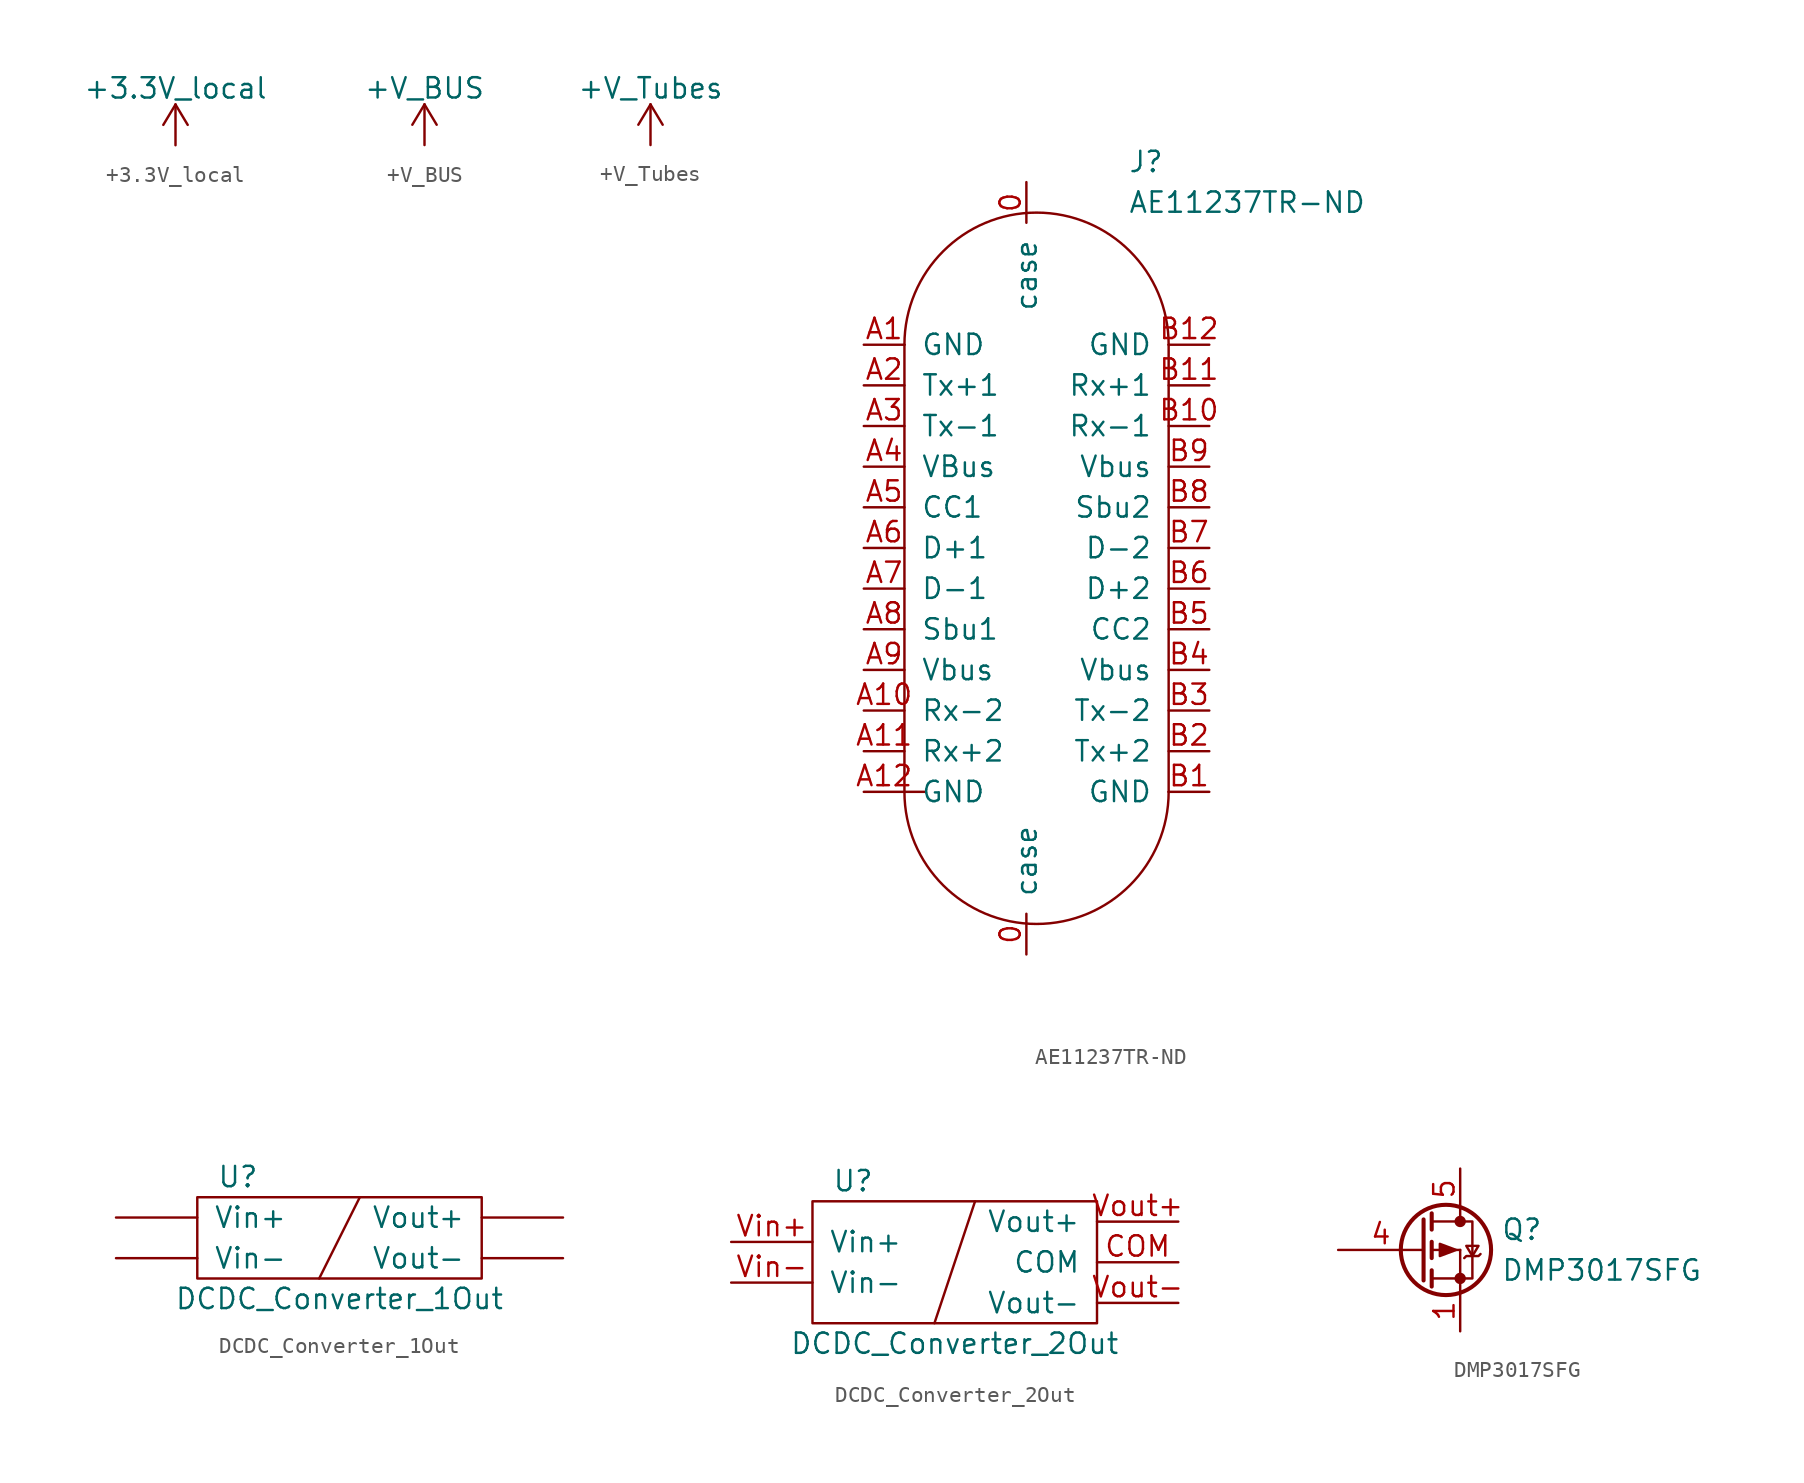
<source format=kicad_sym>
(kicad_symbol_lib
  (version 20231120)
  (generator "kicad_symbol_editor")
  (generator_version "8.0")
  (symbol "+3.3V_local"
    (power)
    (pin_names
      (offset 0))
    (property "Reference" "#PWR"
      (at 0 -3.81 0)
      (effects (font (size 1.27 1.27)) (hide yes)))
    (property "Value" "+3.3V_local"
      (at 0 3.556 0)
      (effects (font (size 1.27 1.27))))
    (symbol "+3.3V_local_0_1"
      (polyline (pts (xy -0.762 1.27) (xy 0 2.54)) (stroke (width 0) (type solid)) (fill (type none)))
      (polyline (pts (xy 0 0) (xy 0 2.54)) (stroke (width 0) (type solid)) (fill (type none)))
      (polyline (pts (xy 0 2.54) (xy 0.762 1.27)) (stroke (width 0) (type solid)) (fill (type none))))
    (symbol "+3.3V_local_1_1"
      (pin power_in line (at 0 0 90) (length 0) hide (name "+3V3_loc" (effects (font (size 1.27 1.27)))) (number "1" (effects (font (size 1.27 1.27)))))))
  (symbol "+V_BUS"
    (power)
    (pin_names
      (offset 0))
    (property "Reference" "#PWR"
      (at 0 -3.81 0)
      (effects (font (size 1.27 1.27)) (hide yes)))
    (property "Value" "+V_BUS"
      (at 0 3.556 0)
      (effects (font (size 1.27 1.27))))
    (symbol "+V_BUS_0_1"
      (polyline (pts (xy -0.762 1.27) (xy 0 2.54)) (stroke (width 0) (type solid)) (fill (type none)))
      (polyline (pts (xy 0 0) (xy 0 2.54)) (stroke (width 0) (type solid)) (fill (type none)))
      (polyline (pts (xy 0 2.54) (xy 0.762 1.27)) (stroke (width 0) (type solid)) (fill (type none))))
    (symbol "+V_BUS_1_1"
      (pin power_in line (at 0 0 90) (length 0) hide (name "+V_BUS" (effects (font (size 1.27 1.27)))) (number "~" (effects (font (size 1.27 1.27)))))))
  (symbol "+V_Tubes"
    (power)
    (pin_names
      (offset 0))
    (property "Reference" "#PWR"
      (at 0 -3.81 0)
      (effects (font (size 1.27 1.27)) (hide yes)))
    (property "Value" "+V_Tubes"
      (at 0 3.556 0)
      (effects (font (size 1.27 1.27))))
    (symbol "+V_Tubes_0_1"
      (polyline (pts (xy -0.762 1.27) (xy 0 2.54)) (stroke (width 0) (type solid)) (fill (type none)))
      (polyline (pts (xy 0 0) (xy 0 2.54)) (stroke (width 0) (type solid)) (fill (type none)))
      (polyline (pts (xy 0 2.54) (xy 0.762 1.27)) (stroke (width 0) (type solid)) (fill (type none))))
    (symbol "+V_Tubes_1_1"
      (pin power_in line (at 0 0 90) (length 0) hide (name "+V_Tubes" (effects (font (size 1.27 1.27)))) (number "~" (effects (font (size 1.27 1.27)))))))
  (symbol "AE11237TR-ND"
    (pin_names
      (offset 1.016))
    (property "Reference" "J"
      (at 13.97 2.54 0)
      (effects (font (size 1.27 1.27)) (justify left)))
    (property "Value" "AE11237TR-ND"
      (at 13.97 0 0)
      (effects (font (size 1.27 1.27)) (justify left)))
    (symbol "AE11237TR-ND_0_1"
      (arc (start 0 -36.83) (mid 8.255 -45.085) (end 16.51 -36.83) (stroke (width 0) (type solid)) (fill (type none)))
      (polyline (pts (xy 16.51 -8.89) (xy 16.51 -36.83)) (stroke (width 0) (type solid)) (fill (type none)))
      (polyline (pts (xy 0 -8.89) (xy 0 -36.83) (xy 1.27 -36.83)) (stroke (width 0) (type solid)) (fill (type none))))
    (symbol "AE11237TR-ND_1_1"
      (arc (start 16.51 -8.89) (mid 8.255 -0.635) (end 0 -8.89) (stroke (width 0) (type solid)) (fill (type none)))
      (pin passive line (at 7.62 -46.99 90) (length 2.54) (name "case" (effects (font (size 1.27 1.27)))) (number "0" (effects (font (size 1.27 1.27)))))
      (pin passive line (at 7.62 1.27 270) (length 2.54) (name "case" (effects (font (size 1.27 1.27)))) (number "0" (effects (font (size 1.27 1.27)))))
      (pin power_in line (at -2.54 -8.89 0) (length 2.54) (name "GND" (effects (font (size 1.27 1.27)))) (number "A1" (effects (font (size 1.27 1.27)))))
      (pin unspecified line (at -2.54 -31.75 0) (length 2.54) (name "Rx-2" (effects (font (size 1.27 1.27)))) (number "A10" (effects (font (size 1.27 1.27)))))
      (pin unspecified line (at -2.54 -34.29 0) (length 2.54) (name "Rx+2" (effects (font (size 1.27 1.27)))) (number "A11" (effects (font (size 1.27 1.27)))))
      (pin power_in line (at -2.54 -36.83 0) (length 2.54) (name "GND" (effects (font (size 1.27 1.27)))) (number "A12" (effects (font (size 1.27 1.27)))))
      (pin unspecified line (at -2.54 -11.43 0) (length 2.54) (name "Tx+1" (effects (font (size 1.27 1.27)))) (number "A2" (effects (font (size 1.27 1.27)))))
      (pin unspecified line (at -2.54 -13.97 0) (length 2.54) (name "Tx-1" (effects (font (size 1.27 1.27)))) (number "A3" (effects (font (size 1.27 1.27)))))
      (pin unspecified line (at -2.54 -16.51 0) (length 2.54) (name "VBus" (effects (font (size 1.27 1.27)))) (number "A4" (effects (font (size 1.27 1.27)))))
      (pin unspecified line (at -2.54 -19.05 0) (length 2.54) (name "CC1" (effects (font (size 1.27 1.27)))) (number "A5" (effects (font (size 1.27 1.27)))))
      (pin unspecified line (at -2.54 -21.59 0) (length 2.54) (name "D+1" (effects (font (size 1.27 1.27)))) (number "A6" (effects (font (size 1.27 1.27)))))
      (pin unspecified line (at -2.54 -24.13 0) (length 2.54) (name "D-1" (effects (font (size 1.27 1.27)))) (number "A7" (effects (font (size 1.27 1.27)))))
      (pin unspecified line (at -2.54 -26.67 0) (length 2.54) (name "Sbu1" (effects (font (size 1.27 1.27)))) (number "A8" (effects (font (size 1.27 1.27)))))
      (pin unspecified line (at -2.54 -29.21 0) (length 2.54) (name "Vbus" (effects (font (size 1.27 1.27)))) (number "A9" (effects (font (size 1.27 1.27)))))
      (pin power_in line (at 19.05 -36.83 180) (length 2.54) (name "GND" (effects (font (size 1.27 1.27)))) (number "B1" (effects (font (size 1.27 1.27)))))
      (pin unspecified line (at 19.05 -13.97 180) (length 2.54) (name "Rx-1" (effects (font (size 1.27 1.27)))) (number "B10" (effects (font (size 1.27 1.27)))))
      (pin unspecified line (at 19.05 -11.43 180) (length 2.54) (name "Rx+1" (effects (font (size 1.27 1.27)))) (number "B11" (effects (font (size 1.27 1.27)))))
      (pin power_in line (at 19.05 -8.89 180) (length 2.54) (name "GND" (effects (font (size 1.27 1.27)))) (number "B12" (effects (font (size 1.27 1.27)))))
      (pin unspecified line (at 19.05 -34.29 180) (length 2.54) (name "Tx+2" (effects (font (size 1.27 1.27)))) (number "B2" (effects (font (size 1.27 1.27)))))
      (pin unspecified line (at 19.05 -31.75 180) (length 2.54) (name "Tx-2" (effects (font (size 1.27 1.27)))) (number "B3" (effects (font (size 1.27 1.27)))))
      (pin unspecified line (at 19.05 -29.21 180) (length 2.54) (name "Vbus" (effects (font (size 1.27 1.27)))) (number "B4" (effects (font (size 1.27 1.27)))))
      (pin unspecified line (at 19.05 -26.67 180) (length 2.54) (name "CC2" (effects (font (size 1.27 1.27)))) (number "B5" (effects (font (size 1.27 1.27)))))
      (pin unspecified line (at 19.05 -24.13 180) (length 2.54) (name "D+2" (effects (font (size 1.27 1.27)))) (number "B6" (effects (font (size 1.27 1.27)))))
      (pin unspecified line (at 19.05 -21.59 180) (length 2.54) (name "D-2" (effects (font (size 1.27 1.27)))) (number "B7" (effects (font (size 1.27 1.27)))))
      (pin unspecified line (at 19.05 -19.05 180) (length 2.54) (name "Sbu2" (effects (font (size 1.27 1.27)))) (number "B8" (effects (font (size 1.27 1.27)))))
      (pin unspecified line (at 19.05 -16.51 180) (length 2.54) (name "Vbus" (effects (font (size 1.27 1.27)))) (number "B9" (effects (font (size 1.27 1.27)))))))
  (symbol "DCDC_Converter_1Out"
    (pin_names
      (offset 1.016))
    (property "Reference" "U"
      (at -6.35 3.81 0)
      (effects (font (size 1.27 1.27))))
    (property "Value" "DCDC_Converter_1Out"
      (at 0 -3.81 0)
      (effects (font (size 1.27 1.27))))
    (symbol "DCDC_Converter_1Out_0_1"
      (rectangle (start -8.89 -2.54) (end 8.89 2.54) (stroke (width 0) (type solid)) (fill (type none)))
      (polyline (pts (xy 1.27 2.54) (xy -1.27 -2.54)) (stroke (width 0) (type solid)) (fill (type none))))
    (symbol "DCDC_Converter_1Out_1_1"
      (pin power_in line (at -13.97 1.27 0) (length 5.08) (name "Vin+" (effects (font (size 1.27 1.27)))) (number "~" (effects (font (size 1.27 1.27)))))
      (pin power_in line (at -13.97 -1.27 0) (length 5.08) (name "Vin-" (effects (font (size 1.27 1.27)))) (number "~" (effects (font (size 1.27 1.27)))))
      (pin power_out line (at 13.97 1.27 180) (length 5.08) (name "Vout+" (effects (font (size 1.27 1.27)))) (number "~" (effects (font (size 1.27 1.27)))))
      (pin power_out line (at 13.97 -1.27 180) (length 5.08) (name "Vout-" (effects (font (size 1.27 1.27)))) (number "~" (effects (font (size 1.27 1.27)))))))
  (symbol "DCDC_Converter_2Out"
    (pin_names
      (offset 1.016))
    (property "Reference" "U"
      (at -6.35 5.08 0)
      (effects (font (size 1.27 1.27))))
    (property "Value" "DCDC_Converter_2Out"
      (at 0 -5.08 0)
      (effects (font (size 1.27 1.27))))
    (symbol "DCDC_Converter_2Out_0_1"
      (rectangle (start -8.89 -3.81) (end 8.89 3.81) (stroke (width 0) (type solid)) (fill (type none)))
      (polyline (pts (xy -1.27 -3.81) (xy 1.27 3.81)) (stroke (width 0) (type solid)) (fill (type none))))
    (symbol "DCDC_Converter_2Out_1_1"
      (pin power_out line (at 13.97 0 180) (length 5.08) (name "COM" (effects (font (size 1.27 1.27)))) (number "COM" (effects (font (size 1.27 1.27)))))
      (pin power_in line (at -13.97 1.27 0) (length 5.08) (name "Vin+" (effects (font (size 1.27 1.27)))) (number "Vin+" (effects (font (size 1.27 1.27)))))
      (pin power_in line (at -13.97 -1.27 0) (length 5.08) (name "Vin-" (effects (font (size 1.27 1.27)))) (number "Vin-" (effects (font (size 1.27 1.27)))))
      (pin power_out line (at 13.97 2.54 180) (length 5.08) (name "Vout+" (effects (font (size 1.27 1.27)))) (number "Vout+" (effects (font (size 1.27 1.27)))))
      (pin power_out line (at 13.97 -2.54 180) (length 5.08) (name "Vout-" (effects (font (size 1.27 1.27)))) (number "Vout-" (effects (font (size 1.27 1.27)))))))
  (symbol "DMP3017SFG"
    (pin_names
      (offset 0) hide)
    (property "Reference" "Q"
      (at 5.08 1.27 0)
      (effects (font (size 1.27 1.27)) (justify left)))
    (property "Value" "DMP3017SFG"
      (at 5.08 -1.27 0)
      (effects (font (size 1.27 1.27)) (justify left)))
    (symbol "DMP3017SFG_0_1"
      (polyline (pts (xy 0.762 -1.778) (xy 2.54 -1.778)) (stroke (width 0) (type solid)) (fill (type none)))
      (polyline (pts (xy 0.762 -1.27) (xy 0.762 -2.286)) (stroke (width 0.254) (type solid)) (fill (type none)))
      (polyline (pts (xy 0.762 0) (xy 2.54 0)) (stroke (width 0) (type solid)) (fill (type none)))
      (polyline (pts (xy 0.762 0.508) (xy 0.762 -0.508)) (stroke (width 0.254) (type solid)) (fill (type none)))
      (polyline (pts (xy 0.762 1.778) (xy 2.54 1.778)) (stroke (width 0) (type solid)) (fill (type none)))
      (polyline (pts (xy 0.762 2.286) (xy 0.762 1.27)) (stroke (width 0.254) (type solid)) (fill (type none)))
      (polyline (pts (xy 2.54 -1.778) (xy 2.54 -2.54)) (stroke (width 0) (type solid)) (fill (type none)))
      (polyline (pts (xy 2.54 -1.778) (xy 2.54 0)) (stroke (width 0) (type solid)) (fill (type none)))
      (polyline (pts (xy 2.54 2.54) (xy 2.54 1.778)) (stroke (width 0) (type solid)) (fill (type none)))
      (polyline (pts (xy 0.254 1.905) (xy 0.254 -1.905) (xy 0.254 -1.905)) (stroke (width 0.254) (type solid)) (fill (type none)))
      (polyline (pts (xy 2.286 0) (xy 1.27 -0.381) (xy 1.27 0.381) (xy 2.286 0)) (stroke (width 0) (type solid)) (fill (type outline)))
      (polyline (pts (xy 2.54 -1.778) (xy 3.302 -1.778) (xy 3.302 1.778) (xy 2.54 1.778)) (stroke (width 0) (type solid)) (fill (type none)))
      (polyline (pts (xy 2.794 -0.508) (xy 2.921 -0.381) (xy 3.683 -0.381) (xy 3.81 -0.254)) (stroke (width 0) (type solid)) (fill (type none)))
      (polyline (pts (xy 3.302 -0.381) (xy 2.921 0.254) (xy 3.683 0.254) (xy 3.302 -0.381)) (stroke (width 0) (type solid)) (fill (type none)))
      (circle (center 1.651 0) (radius 2.819) (stroke (width 0.254) (type solid)) (fill (type none)))
      (circle (center 2.54 -1.778) (radius 0.279) (stroke (width 0) (type solid)) (fill (type outline)))
      (circle (center 2.54 1.778) (radius 0.279) (stroke (width 0) (type solid)) (fill (type outline))))
    (symbol "DMP3017SFG_1_1"
      (pin passive line (at 2.54 -5.08 90) (length 2.54) (name "S" (effects (font (size 1.27 1.27)))) (number "1" (effects (font (size 1.27 1.27)))))
      (pin passive line (at 2.54 -5.08 90) (length 2.54) hide (name "S" (effects (font (size 1.27 1.27)))) (number "2" (effects (font (size 1.27 1.27)))))
      (pin passive line (at 2.54 -5.08 90) (length 2.54) hide (name "S" (effects (font (size 1.27 1.27)))) (number "3" (effects (font (size 1.27 1.27)))))
      (pin input line (at -5.08 0 0) (length 5.334) (name "G" (effects (font (size 1.27 1.27)))) (number "4" (effects (font (size 1.27 1.27)))))
      (pin passive line (at 2.54 5.08 270) (length 2.54) (name "D" (effects (font (size 1.27 1.27)))) (number "5" (effects (font (size 1.27 1.27))))))))
</source>
